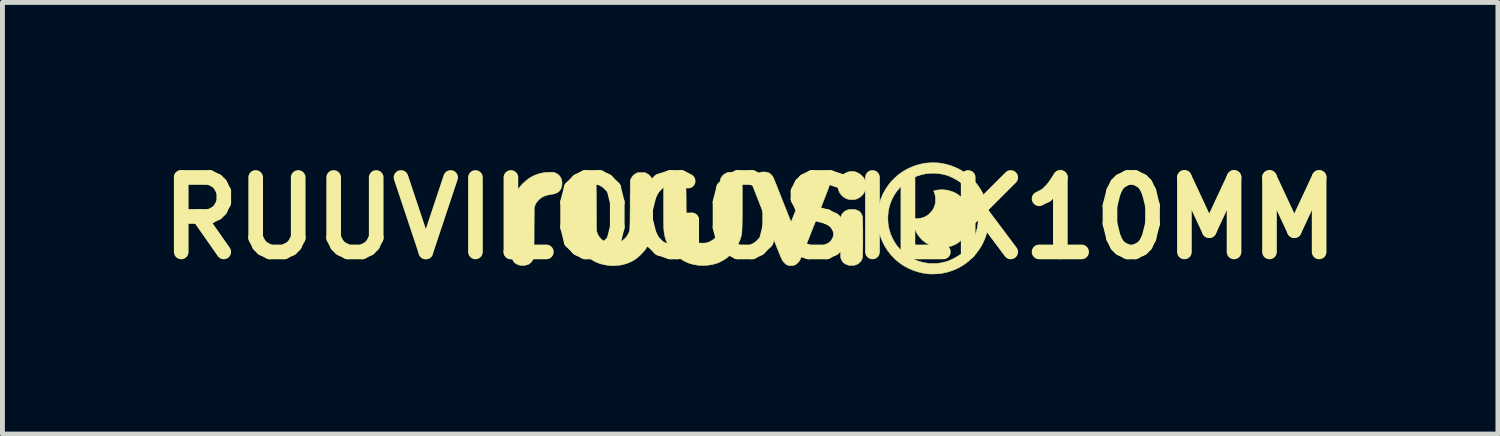
<source format=kicad_pcb>
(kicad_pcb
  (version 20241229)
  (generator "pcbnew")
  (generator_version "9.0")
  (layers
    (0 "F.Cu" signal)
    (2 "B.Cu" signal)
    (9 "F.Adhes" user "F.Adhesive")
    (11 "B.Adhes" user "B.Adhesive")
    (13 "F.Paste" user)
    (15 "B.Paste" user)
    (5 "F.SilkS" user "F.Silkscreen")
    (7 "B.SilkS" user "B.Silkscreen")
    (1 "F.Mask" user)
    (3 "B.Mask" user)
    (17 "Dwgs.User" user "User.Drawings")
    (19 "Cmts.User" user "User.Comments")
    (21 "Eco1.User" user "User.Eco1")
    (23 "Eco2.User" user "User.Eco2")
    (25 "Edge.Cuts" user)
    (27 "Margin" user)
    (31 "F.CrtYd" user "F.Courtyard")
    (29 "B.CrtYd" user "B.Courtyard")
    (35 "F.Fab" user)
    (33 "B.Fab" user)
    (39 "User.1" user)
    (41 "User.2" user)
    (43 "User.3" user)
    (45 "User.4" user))
  (footprint "RUUVILOGOSILK10MM"
    (layer "F.Cu")
    (at 12.308 1.418)
    (property "Reference" "RUUVILOGOSILK10MM" (at 0 0 0) (layer "F.SilkS") (effects (font (size 1.524 1.524) (thickness 0.3))))
    (attr through_hole)
    (fp_poly (pts (xy 2.117 -0.956) (xy 2.148 -0.951) (xy 2.151 -0.95) (xy 2.192 -0.935) (xy 2.232 -0.913) (xy 2.27 -0.885) (xy 2.303 -0.853) (xy 2.33 -0.818) (xy 2.344 -0.795) (xy 2.362 -0.747) (xy 2.371 -0.698) (xy 2.372 -0.648) (xy 2.364 -0.6) (xy 2.348 -0.554) (xy 2.325 -0.511) (xy 2.295 -0.472) (xy 2.258 -0.438) (xy 2.214 -0.411) (xy 2.181 -0.396) (xy 2.165 -0.39) (xy 2.149 -0.387) (xy 2.129 -0.384) (xy 2.103 -0.383) (xy 2.091 -0.383) (xy 2.064 -0.382) (xy 2.043 -0.382) (xy 2.027 -0.384) (xy 2.013 -0.387) (xy 1.997 -0.392) (xy 1.995 -0.392) (xy 1.946 -0.413) (xy 1.903 -0.442) (xy 1.865 -0.478) (xy 1.835 -0.519) (xy 1.812 -0.566) (xy 1.805 -0.586) (xy 1.801 -0.608) (xy 1.798 -0.638) (xy 1.798 -0.671) (xy 1.798 -0.699) (xy 1.799 -0.72) (xy 1.802 -0.737) (xy 1.806 -0.753) (xy 1.809 -0.763) (xy 1.83 -0.807) (xy 1.858 -0.847) (xy 1.894 -0.884) (xy 1.934 -0.914) (xy 1.978 -0.938) (xy 2.015 -0.95) (xy 2.046 -0.955) (xy 2.081 -0.957) (xy 2.117 -0.956)) (stroke (width 0.01) (type solid)) (fill yes) (layer "F.SilkS"))
    (fp_poly (pts (xy 2.131 -0.179) (xy 2.176 -0.169) (xy 2.215 -0.153) (xy 2.246 -0.13) (xy 2.271 -0.1) (xy 2.289 -0.062) (xy 2.298 -0.033) (xy 2.3 -0.022) (xy 2.301 -0.002) (xy 2.302 0.026) (xy 2.303 0.061) (xy 2.304 0.102) (xy 2.305 0.148) (xy 2.305 0.198) (xy 2.306 0.251) (xy 2.306 0.306) (xy 2.306 0.363) (xy 2.306 0.42) (xy 2.306 0.477) (xy 2.306 0.532) (xy 2.305 0.585) (xy 2.305 0.634) (xy 2.304 0.679) (xy 2.303 0.719) (xy 2.302 0.753) (xy 2.301 0.779) (xy 2.3 0.798) (xy 2.298 0.808) (xy 2.286 0.843) (xy 2.27 0.873) (xy 2.246 0.901) (xy 2.214 0.929) (xy 2.178 0.949) (xy 2.141 0.96) (xy 2.119 0.963) (xy 2.094 0.966) (xy 2.067 0.966) (xy 2.044 0.966) (xy 2.026 0.964) (xy 2.025 0.964) (xy 1.988 0.953) (xy 1.953 0.938) (xy 1.925 0.921) (xy 1.91 0.909) (xy 1.899 0.897) (xy 1.889 0.883) (xy 1.878 0.864) (xy 1.875 0.857) (xy 1.854 0.814) (xy 1.851 0.733) (xy 1.85 0.708) (xy 1.849 0.674) (xy 1.849 0.634) (xy 1.848 0.588) (xy 1.848 0.538) (xy 1.847 0.484) (xy 1.847 0.429) (xy 1.847 0.373) (xy 1.847 0.317) (xy 1.848 0.262) (xy 1.848 0.211) (xy 1.848 0.163) (xy 1.849 0.121) (xy 1.849 0.085) (xy 1.85 0.056) (xy 1.851 0.039) (xy 1.853 0.001) (xy 1.858 -0.029) (xy 1.864 -0.054) (xy 1.874 -0.075) (xy 1.888 -0.095) (xy 1.903 -0.113) (xy 1.935 -0.141) (xy 1.97 -0.161) (xy 2.01 -0.175) (xy 2.055 -0.181) (xy 2.078 -0.182) (xy 2.131 -0.179)) (stroke (width 0.01) (type solid)) (fill yes) (layer "F.SilkS"))
    (fp_poly (pts (xy 3.968 -0.582) (xy 4.021 -0.576) (xy 4.044 -0.572) (xy 4.117 -0.552) (xy 4.185 -0.525) (xy 4.247 -0.489) (xy 4.305 -0.445) (xy 4.338 -0.415) (xy 4.391 -0.357) (xy 4.434 -0.295) (xy 4.469 -0.23) (xy 4.494 -0.162) (xy 4.511 -0.09) (xy 4.518 -0.014) (xy 4.518 0.01) (xy 4.514 0.085) (xy 4.5 0.157) (xy 4.478 0.226) (xy 4.447 0.292) (xy 4.41 0.352) (xy 4.365 0.408) (xy 4.314 0.458) (xy 4.257 0.502) (xy 4.194 0.538) (xy 4.126 0.567) (xy 4.055 0.588) (xy 4.027 0.594) (xy 3.995 0.598) (xy 3.957 0.6) (xy 3.916 0.6) (xy 3.875 0.599) (xy 3.837 0.596) (xy 3.809 0.591) (xy 3.734 0.571) (xy 3.665 0.543) (xy 3.601 0.506) (xy 3.541 0.461) (xy 3.5 0.422) (xy 3.457 0.372) (xy 3.418 0.316) (xy 3.386 0.255) (xy 3.361 0.192) (xy 3.353 0.166) (xy 3.349 0.148) (xy 3.345 0.125) (xy 3.341 0.1) (xy 3.337 0.074) (xy 3.334 0.05) (xy 3.332 0.029) (xy 3.331 0.013) (xy 3.331 0.004) (xy 3.332 0.003) (xy 3.337 0.003) (xy 3.35 0.004) (xy 3.367 0.006) (xy 3.368 0.006) (xy 3.413 0.009) (xy 3.462 0.004) (xy 3.513 -0.006) (xy 3.562 -0.023) (xy 3.602 -0.042) (xy 3.626 -0.057) (xy 3.652 -0.078) (xy 3.679 -0.103) (xy 3.704 -0.13) (xy 3.726 -0.155) (xy 3.741 -0.177) (xy 3.765 -0.224) (xy 3.782 -0.27) (xy 3.792 -0.318) (xy 3.795 -0.37) (xy 3.795 -0.378) (xy 3.794 -0.422) (xy 3.789 -0.459) (xy 3.781 -0.493) (xy 3.769 -0.527) (xy 3.768 -0.528) (xy 3.762 -0.544) (xy 3.758 -0.555) (xy 3.758 -0.56) (xy 3.763 -0.562) (xy 3.776 -0.565) (xy 3.794 -0.569) (xy 3.808 -0.572) (xy 3.858 -0.58) (xy 3.913 -0.583) (xy 3.968 -0.582)) (stroke (width 0.01) (type solid)) (fill yes) (layer "F.SilkS"))
    (fp_poly (pts (xy -4.043 -0.942) (xy -4.03 -0.941) (xy -4.018 -0.938) (xy -4.006 -0.935) (xy -4.001 -0.933) (xy -3.959 -0.914) (xy -3.923 -0.888) (xy -3.894 -0.856) (xy -3.872 -0.818) (xy -3.858 -0.775) (xy -3.851 -0.728) (xy -3.854 -0.679) (xy -3.854 -0.675) (xy -3.864 -0.631) (xy -3.88 -0.593) (xy -3.903 -0.561) (xy -3.933 -0.535) (xy -3.97 -0.515) (xy -4.015 -0.499) (xy -4.069 -0.489) (xy -4.071 -0.489) (xy -4.131 -0.478) (xy -4.183 -0.465) (xy -4.229 -0.447) (xy -4.269 -0.425) (xy -4.305 -0.398) (xy -4.319 -0.386) (xy -4.351 -0.353) (xy -4.376 -0.321) (xy -4.395 -0.286) (xy -4.407 -0.256) (xy -4.421 -0.215) (xy -4.424 0.282) (xy -4.424 0.365) (xy -4.424 0.438) (xy -4.425 0.503) (xy -4.425 0.56) (xy -4.426 0.61) (xy -4.426 0.652) (xy -4.427 0.689) (xy -4.428 0.72) (xy -4.429 0.746) (xy -4.43 0.768) (xy -4.432 0.786) (xy -4.434 0.801) (xy -4.436 0.813) (xy -4.438 0.823) (xy -4.441 0.831) (xy -4.445 0.839) (xy -4.449 0.847) (xy -4.453 0.855) (xy -4.456 0.861) (xy -4.477 0.892) (xy -4.504 0.919) (xy -4.535 0.94) (xy -4.539 0.942) (xy -4.572 0.954) (xy -4.611 0.963) (xy -4.652 0.966) (xy -4.692 0.965) (xy -4.722 0.96) (xy -4.757 0.949) (xy -4.791 0.931) (xy -4.82 0.911) (xy -4.84 0.888) (xy -4.858 0.859) (xy -4.871 0.825) (xy -4.879 0.789) (xy -4.88 0.783) (xy -4.881 0.771) (xy -4.881 0.751) (xy -4.882 0.722) (xy -4.882 0.687) (xy -4.883 0.644) (xy -4.883 0.597) (xy -4.884 0.545) (xy -4.884 0.489) (xy -4.884 0.43) (xy -4.884 0.369) (xy -4.884 0.306) (xy -4.884 0.244) (xy -4.884 0.182) (xy -4.884 0.121) (xy -4.884 0.062) (xy -4.883 0.007) (xy -4.883 -0.045) (xy -4.883 -0.091) (xy -4.882 -0.133) (xy -4.882 -0.167) (xy -4.881 -0.195) (xy -4.88 -0.214) (xy -4.88 -0.22) (xy -4.87 -0.306) (xy -4.851 -0.387) (xy -4.823 -0.465) (xy -4.787 -0.538) (xy -4.741 -0.609) (xy -4.686 -0.676) (xy -4.653 -0.711) (xy -4.588 -0.77) (xy -4.52 -0.821) (xy -4.449 -0.862) (xy -4.375 -0.894) (xy -4.297 -0.918) (xy -4.214 -0.934) (xy -4.126 -0.941) (xy -4.115 -0.941) (xy -4.084 -0.942) (xy -4.061 -0.942) (xy -4.043 -0.942)) (stroke (width 0.01) (type solid)) (fill yes) (layer "F.SilkS"))
    (fp_poly (pts (xy -3.346 -0.934) (xy -3.301 -0.924) (xy -3.26 -0.906) (xy -3.225 -0.881) (xy -3.195 -0.85) (xy -3.173 -0.814) (xy -3.159 -0.773) (xy -3.155 -0.75) (xy -3.155 -0.74) (xy -3.154 -0.722) (xy -3.153 -0.694) (xy -3.153 -0.66) (xy -3.152 -0.618) (xy -3.152 -0.57) (xy -3.151 -0.517) (xy -3.15 -0.459) (xy -3.15 -0.397) (xy -3.149 -0.332) (xy -3.149 -0.264) (xy -3.149 -0.23) (xy -3.148 -0.15) (xy -3.148 -0.079) (xy -3.148 -0.017) (xy -3.147 0.036) (xy -3.147 0.083) (xy -3.147 0.123) (xy -3.146 0.157) (xy -3.146 0.185) (xy -3.145 0.208) (xy -3.144 0.227) (xy -3.144 0.243) (xy -3.143 0.255) (xy -3.142 0.265) (xy -3.14 0.272) (xy -3.139 0.279) (xy -3.138 0.285) (xy -3.136 0.29) (xy -3.136 0.291) (xy -3.116 0.34) (xy -3.088 0.384) (xy -3.052 0.424) (xy -3.011 0.457) (xy -2.963 0.484) (xy -2.912 0.503) (xy -2.877 0.511) (xy -2.818 0.516) (xy -2.761 0.512) (xy -2.703 0.498) (xy -2.65 0.476) (xy -2.601 0.447) (xy -2.559 0.411) (xy -2.523 0.367) (xy -2.494 0.317) (xy -2.491 0.311) (xy -2.486 0.3) (xy -2.482 0.291) (xy -2.478 0.282) (xy -2.475 0.273) (xy -2.472 0.263) (xy -2.47 0.251) (xy -2.468 0.237) (xy -2.466 0.221) (xy -2.464 0.202) (xy -2.463 0.178) (xy -2.462 0.151) (xy -2.461 0.118) (xy -2.46 0.079) (xy -2.46 0.034) (xy -2.459 -0.018) (xy -2.459 -0.077) (xy -2.458 -0.144) (xy -2.458 -0.22) (xy -2.458 -0.281) (xy -2.455 -0.78) (xy -2.436 -0.816) (xy -2.412 -0.856) (xy -2.38 -0.889) (xy -2.341 -0.915) (xy -2.331 -0.92) (xy -2.318 -0.926) (xy -2.307 -0.93) (xy -2.296 -0.933) (xy -2.283 -0.934) (xy -2.265 -0.935) (xy -2.241 -0.935) (xy -2.227 -0.935) (xy -2.156 -0.935) (xy -2.119 -0.917) (xy -2.084 -0.896) (xy -2.053 -0.868) (xy -2.028 -0.837) (xy -2.017 -0.818) (xy -2.005 -0.794) (xy -2.005 0.3) (xy -2.021 0.362) (xy -2.044 0.441) (xy -2.072 0.512) (xy -2.106 0.578) (xy -2.147 0.639) (xy -2.196 0.699) (xy -2.235 0.74) (xy -2.299 0.799) (xy -2.366 0.849) (xy -2.437 0.889) (xy -2.512 0.921) (xy -2.591 0.945) (xy -2.623 0.952) (xy -2.67 0.961) (xy -2.721 0.966) (xy -2.772 0.97) (xy -2.82 0.971) (xy -2.863 0.969) (xy -2.867 0.969) (xy -2.945 0.959) (xy -3.016 0.945) (xy -3.081 0.927) (xy -3.141 0.904) (xy -3.199 0.875) (xy -3.216 0.865) (xy -3.289 0.817) (xy -3.355 0.762) (xy -3.415 0.701) (xy -3.467 0.634) (xy -3.512 0.562) (xy -3.549 0.486) (xy -3.577 0.406) (xy -3.578 0.403) (xy -3.582 0.387) (xy -3.586 0.373) (xy -3.59 0.359) (xy -3.593 0.346) (xy -3.596 0.332) (xy -3.598 0.318) (xy -3.6 0.302) (xy -3.602 0.283) (xy -3.603 0.262) (xy -3.604 0.237) (xy -3.605 0.207) (xy -3.606 0.173) (xy -3.606 0.133) (xy -3.607 0.088) (xy -3.607 0.035) (xy -3.608 -0.025) (xy -3.608 -0.093) (xy -3.608 -0.17) (xy -3.608 -0.221) (xy -3.609 -0.309) (xy -3.609 -0.39) (xy -3.609 -0.463) (xy -3.609 -0.53) (xy -3.609 -0.588) (xy -3.608 -0.638) (xy -3.608 -0.679) (xy -3.607 -0.712) (xy -3.606 -0.736) (xy -3.606 -0.75) (xy -3.605 -0.753) (xy -3.595 -0.797) (xy -3.576 -0.836) (xy -3.551 -0.87) (xy -3.519 -0.897) (xy -3.481 -0.918) (xy -3.439 -0.931) (xy -3.393 -0.937) (xy -3.346 -0.934)) (stroke (width 0.01) (type solid)) (fill yes) (layer "F.SilkS"))
    (fp_poly (pts (xy 3.783 -1.135) (xy 3.824 -1.134) (xy 3.859 -1.132) (xy 3.881 -1.129) (xy 3.988 -1.11) (xy 4.092 -1.082) (xy 4.19 -1.045) (xy 4.284 -1.001) (xy 4.372 -0.948) (xy 4.452 -0.89) (xy 4.532 -0.82) (xy 4.605 -0.743) (xy 4.669 -0.661) (xy 4.726 -0.574) (xy 4.775 -0.482) (xy 4.815 -0.385) (xy 4.846 -0.284) (xy 4.869 -0.179) (xy 4.875 -0.137) (xy 4.878 -0.116) (xy 4.879 -0.089) (xy 4.881 -0.057) (xy 4.882 -0.023) (xy 4.882 0.002) (xy 4.881 0.054) (xy 4.879 0.099) (xy 4.875 0.14) (xy 4.869 0.182) (xy 4.861 0.228) (xy 4.857 0.244) (xy 4.838 0.319) (xy 4.812 0.396) (xy 4.781 0.472) (xy 4.746 0.545) (xy 4.707 0.611) (xy 4.696 0.628) (xy 4.633 0.714) (xy 4.563 0.793) (xy 4.487 0.865) (xy 4.406 0.929) (xy 4.319 0.986) (xy 4.227 1.034) (xy 4.13 1.074) (xy 4.03 1.105) (xy 3.926 1.127) (xy 3.9 1.131) (xy 3.87 1.135) (xy 3.833 1.137) (xy 3.792 1.139) (xy 3.75 1.141) (xy 3.709 1.141) (xy 3.672 1.14) (xy 3.642 1.138) (xy 3.641 1.138) (xy 3.536 1.123) (xy 3.433 1.098) (xy 3.333 1.065) (xy 3.236 1.022) (xy 3.143 0.971) (xy 3.111 0.951) (xy 3.034 0.894) (xy 2.96 0.831) (xy 2.893 0.761) (xy 2.879 0.745) (xy 2.814 0.662) (xy 2.758 0.575) (xy 2.711 0.484) (xy 2.672 0.389) (xy 2.641 0.293) (xy 2.62 0.194) (xy 2.607 0.094) (xy 2.604 0.002) (xy 2.818 0.002) (xy 2.822 0.09) (xy 2.832 0.172) (xy 2.851 0.251) (xy 2.877 0.33) (xy 2.911 0.408) (xy 2.957 0.491) (xy 3.01 0.568) (xy 3.071 0.639) (xy 3.14 0.704) (xy 3.216 0.762) (xy 3.23 0.772) (xy 3.299 0.814) (xy 3.368 0.849) (xy 3.441 0.877) (xy 3.518 0.9) (xy 3.6 0.916) (xy 3.661 0.925) (xy 3.681 0.926) (xy 3.707 0.927) (xy 3.738 0.927) (xy 3.771 0.927) (xy 3.802 0.926) (xy 3.829 0.924) (xy 3.843 0.923) (xy 3.887 0.917) (xy 3.934 0.908) (xy 3.982 0.897) (xy 4.026 0.884) (xy 4.044 0.879) (xy 4.075 0.867) (xy 4.111 0.851) (xy 4.15 0.832) (xy 4.189 0.812) (xy 4.225 0.792) (xy 4.257 0.773) (xy 4.276 0.76) (xy 4.348 0.703) (xy 4.415 0.638) (xy 4.476 0.569) (xy 4.501 0.535) (xy 4.519 0.509) (xy 4.538 0.475) (xy 4.559 0.438) (xy 4.579 0.398) (xy 4.597 0.36) (xy 4.612 0.325) (xy 4.62 0.302) (xy 4.645 0.216) (xy 4.661 0.126) (xy 4.669 0.034) (xy 4.667 -0.058) (xy 4.657 -0.149) (xy 4.638 -0.239) (xy 4.62 -0.298) (xy 4.608 -0.329) (xy 4.592 -0.365) (xy 4.574 -0.404) (xy 4.553 -0.443) (xy 4.533 -0.48) (xy 4.514 -0.512) (xy 4.501 -0.531) (xy 4.444 -0.602) (xy 4.38 -0.669) (xy 4.31 -0.729) (xy 4.276 -0.755) (xy 4.25 -0.772) (xy 4.217 -0.792) (xy 4.18 -0.812) (xy 4.141 -0.832) (xy 4.103 -0.85) (xy 4.067 -0.865) (xy 4.044 -0.874) (xy 3.959 -0.898) (xy 3.87 -0.914) (xy 3.779 -0.922) (xy 3.688 -0.921) (xy 3.598 -0.912) (xy 3.514 -0.894) (xy 3.424 -0.866) (xy 3.338 -0.83) (xy 3.257 -0.785) (xy 3.181 -0.732) (xy 3.11 -0.673) (xy 3.046 -0.606) (xy 2.988 -0.534) (xy 2.938 -0.456) (xy 2.906 -0.393) (xy 2.872 -0.312) (xy 2.846 -0.23) (xy 2.829 -0.147) (xy 2.82 -0.061) (xy 2.818 0.002) (xy 2.604 0.002) (xy 2.604 -0.007) (xy 2.609 -0.108) (xy 2.623 -0.208) (xy 2.646 -0.308) (xy 2.679 -0.405) (xy 2.72 -0.5) (xy 2.771 -0.592) (xy 2.829 -0.678) (xy 2.894 -0.758) (xy 2.966 -0.831) (xy 3.044 -0.898) (xy 3.128 -0.957) (xy 3.217 -1.008) (xy 3.311 -1.051) (xy 3.41 -1.087) (xy 3.512 -1.113) (xy 3.585 -1.127) (xy 3.616 -1.13) (xy 3.654 -1.133) (xy 3.696 -1.135) (xy 3.74 -1.135) (xy 3.783 -1.135)) (stroke (width 0.01) (type solid)) (fill yes) (layer "F.SilkS"))
    (fp_poly (pts (xy -0.379 -0.942) (xy -0.353 -0.941) (xy -0.335 -0.94) (xy -0.32 -0.937) (xy -0.307 -0.933) (xy -0.293 -0.927) (xy -0.283 -0.923) (xy -0.244 -0.899) (xy -0.211 -0.868) (xy -0.185 -0.831) (xy -0.179 -0.821) (xy -0.164 -0.789) (xy -0.162 -0.401) (xy -0.162 -0.335) (xy -0.162 -0.269) (xy -0.162 -0.202) (xy -0.162 -0.137) (xy -0.163 -0.075) (xy -0.163 -0.017) (xy -0.164 0.036) (xy -0.164 0.083) (xy -0.165 0.122) (xy -0.165 0.149) (xy -0.167 0.193) (xy -0.168 0.229) (xy -0.169 0.257) (xy -0.17 0.28) (xy -0.172 0.299) (xy -0.173 0.314) (xy -0.176 0.328) (xy -0.179 0.342) (xy -0.182 0.357) (xy -0.185 0.369) (xy -0.213 0.455) (xy -0.249 0.537) (xy -0.292 0.612) (xy -0.344 0.683) (xy -0.404 0.747) (xy -0.472 0.806) (xy -0.486 0.817) (xy -0.515 0.837) (xy -0.551 0.859) (xy -0.59 0.88) (xy -0.63 0.899) (xy -0.668 0.916) (xy -0.695 0.926) (xy -0.762 0.944) (xy -0.834 0.957) (xy -0.91 0.965) (xy -0.986 0.967) (xy -1.06 0.963) (xy -1.072 0.961) (xy -1.126 0.953) (xy -1.183 0.94) (xy -1.239 0.924) (xy -1.268 0.914) (xy -1.342 0.881) (xy -1.413 0.839) (xy -1.48 0.79) (xy -1.541 0.733) (xy -1.597 0.671) (xy -1.646 0.603) (xy -1.687 0.532) (xy -1.721 0.456) (xy -1.726 0.44) (xy -1.743 0.386) (xy -1.755 0.331) (xy -1.764 0.272) (xy -1.768 0.212) (xy -1.769 0.194) (xy -1.77 0.167) (xy -1.77 0.132) (xy -1.771 0.09) (xy -1.771 0.043) (xy -1.772 -0.009) (xy -1.772 -0.065) (xy -1.772 -0.124) (xy -1.772 -0.185) (xy -1.773 -0.247) (xy -1.773 -0.309) (xy -1.772 -0.37) (xy -1.772 -0.43) (xy -1.772 -0.487) (xy -1.772 -0.54) (xy -1.771 -0.589) (xy -1.771 -0.633) (xy -1.77 -0.67) (xy -1.77 -0.7) (xy -1.769 -0.722) (xy -1.769 -0.732) (xy -1.766 -0.757) (xy -1.764 -0.776) (xy -1.76 -0.792) (xy -1.755 -0.807) (xy -1.747 -0.823) (xy -1.723 -0.86) (xy -1.693 -0.891) (xy -1.657 -0.915) (xy -1.615 -0.931) (xy -1.569 -0.939) (xy -1.52 -0.939) (xy -1.507 -0.938) (xy -1.461 -0.928) (xy -1.42 -0.909) (xy -1.384 -0.882) (xy -1.354 -0.848) (xy -1.335 -0.816) (xy -1.316 -0.78) (xy -1.313 -0.567) (xy -1.313 -0.52) (xy -1.312 -0.466) (xy -1.311 -0.405) (xy -1.311 -0.34) (xy -1.311 -0.273) (xy -1.31 -0.205) (xy -1.31 -0.139) (xy -1.31 -0.076) (xy -1.31 -0.056) (xy -1.309 0.008) (xy -1.309 0.064) (xy -1.309 0.111) (xy -1.309 0.151) (xy -1.308 0.184) (xy -1.307 0.212) (xy -1.306 0.235) (xy -1.304 0.254) (xy -1.301 0.27) (xy -1.298 0.284) (xy -1.295 0.296) (xy -1.291 0.307) (xy -1.285 0.318) (xy -1.28 0.331) (xy -1.278 0.335) (xy -1.252 0.376) (xy -1.219 0.414) (xy -1.18 0.447) (xy -1.135 0.475) (xy -1.088 0.496) (xy -1.069 0.501) (xy -1.043 0.506) (xy -1.01 0.509) (xy -0.974 0.51) (xy -0.939 0.509) (xy -0.906 0.506) (xy -0.884 0.501) (xy -0.828 0.481) (xy -0.777 0.453) (xy -0.732 0.419) (xy -0.695 0.377) (xy -0.664 0.33) (xy -0.659 0.32) (xy -0.654 0.308) (xy -0.649 0.298) (xy -0.644 0.289) (xy -0.64 0.28) (xy -0.637 0.27) (xy -0.634 0.259) (xy -0.631 0.246) (xy -0.629 0.231) (xy -0.628 0.213) (xy -0.626 0.191) (xy -0.625 0.165) (xy -0.624 0.135) (xy -0.623 0.099) (xy -0.623 0.057) (xy -0.622 0.008) (xy -0.622 -0.048) (xy -0.621 -0.111) (xy -0.621 -0.184) (xy -0.62 -0.265) (xy -0.62 -0.276) (xy -0.62 -0.369) (xy -0.619 -0.452) (xy -0.618 -0.527) (xy -0.618 -0.592) (xy -0.617 -0.648) (xy -0.616 -0.695) (xy -0.615 -0.733) (xy -0.614 -0.761) (xy -0.613 -0.78) (xy -0.612 -0.789) (xy -0.612 -0.789) (xy -0.592 -0.833) (xy -0.565 -0.871) (xy -0.532 -0.901) (xy -0.491 -0.924) (xy -0.469 -0.933) (xy -0.453 -0.938) (xy -0.438 -0.941) (xy -0.422 -0.942) (xy -0.4 -0.942) (xy -0.379 -0.942)) (stroke (width 0.01) (type solid)) (fill yes) (layer "F.SilkS"))
    (fp_poly (pts (xy 0.327 -0.944) (xy 0.367 -0.934) (xy 0.387 -0.926) (xy 0.405 -0.914) (xy 0.425 -0.896) (xy 0.445 -0.875) (xy 0.463 -0.852) (xy 0.474 -0.833) (xy 0.478 -0.824) (xy 0.485 -0.807) (xy 0.495 -0.782) (xy 0.508 -0.75) (xy 0.523 -0.712) (xy 0.541 -0.668) (xy 0.56 -0.62) (xy 0.581 -0.567) (xy 0.603 -0.511) (xy 0.627 -0.452) (xy 0.646 -0.403) (xy 0.676 -0.327) (xy 0.703 -0.259) (xy 0.727 -0.199) (xy 0.748 -0.147) (xy 0.765 -0.102) (xy 0.781 -0.063) (xy 0.794 -0.031) (xy 0.805 -0.004) (xy 0.813 0.018) (xy 0.821 0.035) (xy 0.826 0.048) (xy 0.831 0.057) (xy 0.834 0.064) (xy 0.836 0.068) (xy 0.838 0.069) (xy 0.839 0.07) (xy 0.84 0.069) (xy 0.841 0.067) (xy 0.841 0.067) (xy 0.843 0.061) (xy 0.849 0.047) (xy 0.858 0.026) (xy 0.869 -0.003) (xy 0.883 -0.038) (xy 0.9 -0.079) (xy 0.918 -0.124) (xy 0.938 -0.174) (xy 0.959 -0.227) (xy 0.981 -0.284) (xy 0.991 -0.309) (xy 1.023 -0.389) (xy 1.051 -0.461) (xy 1.077 -0.524) (xy 1.099 -0.58) (xy 1.118 -0.629) (xy 1.135 -0.672) (xy 1.15 -0.709) (xy 1.163 -0.74) (xy 1.174 -0.766) (xy 1.183 -0.788) (xy 1.19 -0.806) (xy 1.197 -0.82) (xy 1.202 -0.832) (xy 1.207 -0.841) (xy 1.211 -0.849) (xy 1.214 -0.855) (xy 1.217 -0.86) (xy 1.22 -0.863) (xy 1.242 -0.891) (xy 1.269 -0.913) (xy 1.302 -0.932) (xy 1.303 -0.932) (xy 1.315 -0.937) (xy 1.326 -0.941) (xy 1.338 -0.943) (xy 1.354 -0.945) (xy 1.375 -0.945) (xy 1.395 -0.945) (xy 1.422 -0.945) (xy 1.443 -0.944) (xy 1.458 -0.942) (xy 1.471 -0.939) (xy 1.484 -0.934) (xy 1.484 -0.934) (xy 1.519 -0.916) (xy 1.553 -0.891) (xy 1.583 -0.864) (xy 1.605 -0.835) (xy 1.615 -0.814) (xy 1.625 -0.788) (xy 1.632 -0.76) (xy 1.634 -0.751) (xy 1.635 -0.745) (xy 1.635 -0.738) (xy 1.635 -0.732) (xy 1.635 -0.724) (xy 1.633 -0.715) (xy 1.631 -0.703) (xy 1.627 -0.69) (xy 1.622 -0.673) (xy 1.615 -0.653) (xy 1.607 -0.629) (xy 1.596 -0.6) (xy 1.584 -0.567) (xy 1.569 -0.528) (xy 1.552 -0.483) (xy 1.532 -0.432) (xy 1.509 -0.374) (xy 1.484 -0.309) (xy 1.455 -0.235) (xy 1.423 -0.154) (xy 1.408 -0.115) (xy 1.364 -0.003) (xy 1.324 0.1) (xy 1.286 0.194) (xy 1.252 0.28) (xy 1.221 0.359) (xy 1.193 0.431) (xy 1.167 0.495) (xy 1.144 0.553) (xy 1.124 0.605) (xy 1.105 0.651) (xy 1.089 0.691) (xy 1.075 0.726) (xy 1.062 0.757) (xy 1.051 0.783) (xy 1.041 0.804) (xy 1.033 0.823) (xy 1.026 0.838) (xy 1.021 0.85) (xy 1.016 0.859) (xy 1.012 0.866) (xy 1.011 0.868) (xy 0.985 0.902) (xy 0.955 0.93) (xy 0.924 0.952) (xy 0.915 0.956) (xy 0.888 0.965) (xy 0.855 0.97) (xy 0.822 0.971) (xy 0.791 0.967) (xy 0.78 0.964) (xy 0.754 0.954) (xy 0.731 0.94) (xy 0.707 0.92) (xy 0.694 0.905) (xy 0.687 0.899) (xy 0.682 0.893) (xy 0.677 0.887) (xy 0.672 0.881) (xy 0.667 0.874) (xy 0.662 0.866) (xy 0.656 0.855) (xy 0.65 0.843) (xy 0.642 0.827) (xy 0.634 0.809) (xy 0.624 0.786) (xy 0.613 0.759) (xy 0.6 0.727) (xy 0.585 0.69) (xy 0.568 0.647) (xy 0.548 0.598) (xy 0.526 0.541) (xy 0.5 0.478) (xy 0.472 0.407) (xy 0.441 0.327) (xy 0.422 0.278) (xy 0.393 0.207) (xy 0.365 0.134) (xy 0.336 0.061) (xy 0.307 -0.012) (xy 0.279 -0.084) (xy 0.251 -0.155) (xy 0.224 -0.223) (xy 0.198 -0.289) (xy 0.174 -0.352) (xy 0.151 -0.41) (xy 0.129 -0.465) (xy 0.11 -0.514) (xy 0.093 -0.557) (xy 0.079 -0.595) (xy 0.067 -0.625) (xy 0.058 -0.648) (xy 0.053 -0.662) (xy 0.051 -0.667) (xy 0.042 -0.708) (xy 0.042 -0.75) (xy 0.05 -0.79) (xy 0.066 -0.828) (xy 0.09 -0.863) (xy 0.12 -0.893) (xy 0.157 -0.918) (xy 0.199 -0.936) (xy 0.204 -0.938) (xy 0.243 -0.946) (xy 0.285 -0.948) (xy 0.327 -0.944)) (stroke (width 0.01) (type solid)) (fill yes) (layer "F.SilkS")))
  (gr_rect
    (start -3 -3)
    (end 27.616 5.836)
    (stroke (width 0.1) (type default))
    (fill no)
    (layer "Edge.Cuts")))
</source>
